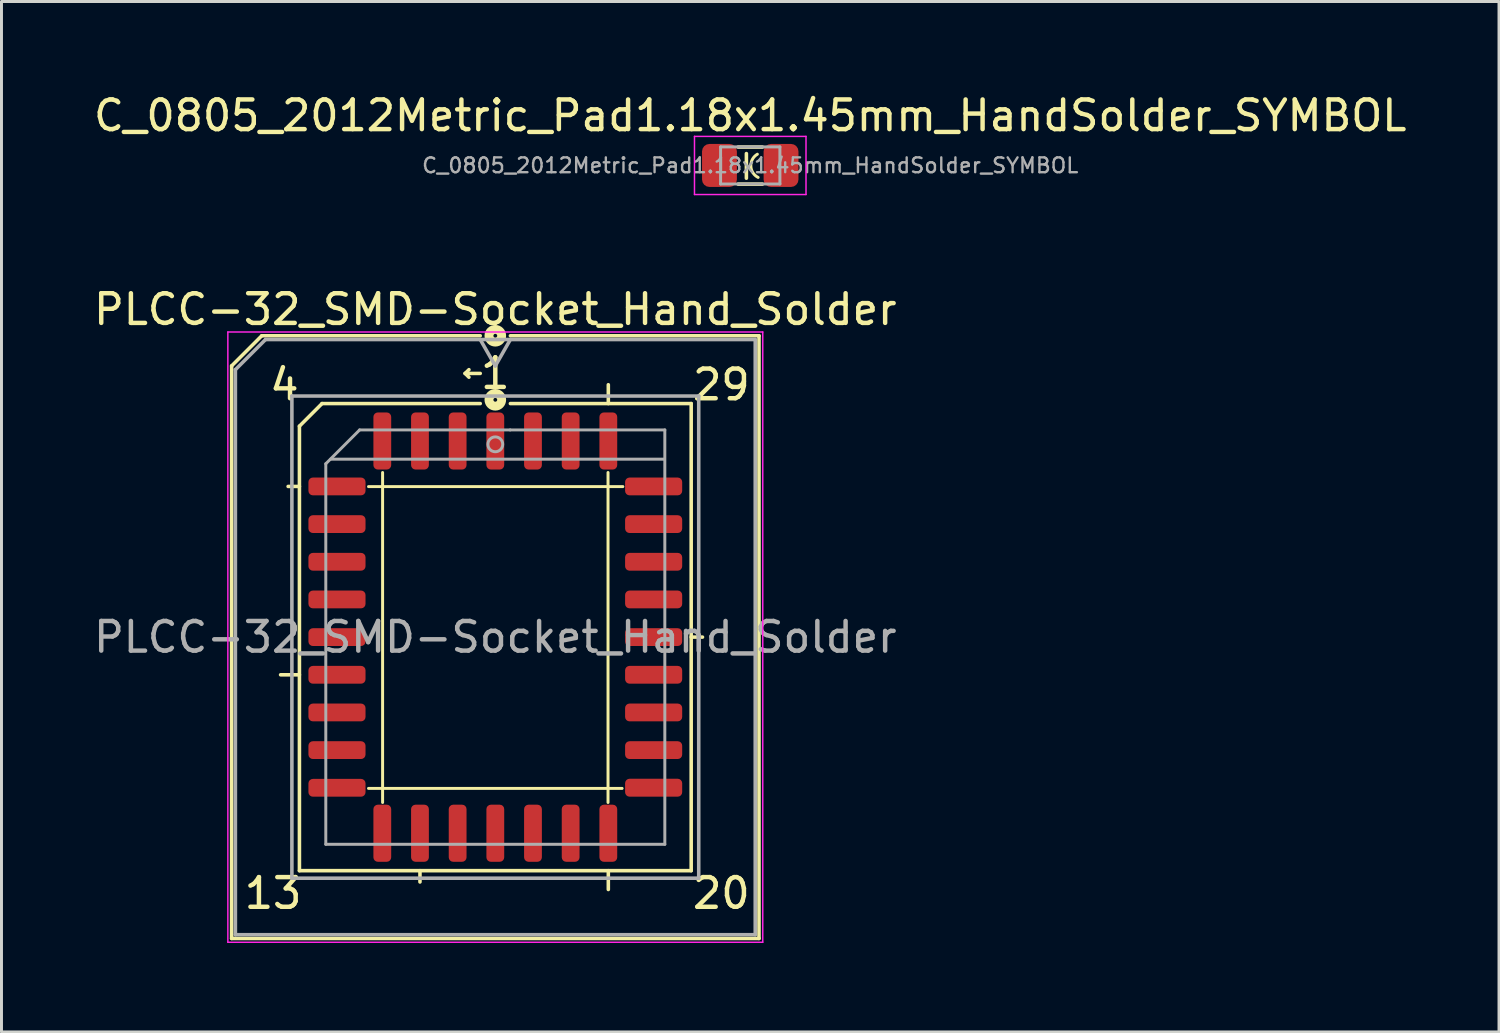
<source format=kicad_pcb>
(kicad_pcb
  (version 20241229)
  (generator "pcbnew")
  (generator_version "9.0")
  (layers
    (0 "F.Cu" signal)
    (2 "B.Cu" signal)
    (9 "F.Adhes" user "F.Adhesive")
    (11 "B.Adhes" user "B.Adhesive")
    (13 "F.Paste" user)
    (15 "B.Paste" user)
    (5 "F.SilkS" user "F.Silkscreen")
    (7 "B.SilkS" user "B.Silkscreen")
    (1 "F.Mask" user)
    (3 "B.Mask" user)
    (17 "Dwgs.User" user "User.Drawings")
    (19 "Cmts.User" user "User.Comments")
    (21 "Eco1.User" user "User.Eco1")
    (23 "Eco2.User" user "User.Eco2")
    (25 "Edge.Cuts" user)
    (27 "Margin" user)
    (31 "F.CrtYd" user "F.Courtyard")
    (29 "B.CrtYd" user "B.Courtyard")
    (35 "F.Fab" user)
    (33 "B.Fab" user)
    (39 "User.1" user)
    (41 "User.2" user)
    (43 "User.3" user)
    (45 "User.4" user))
  (footprint "PLCC-32_SMD-Socket_Hand_Solder"
    (layer "F.Cu")
    (at 13.649 18.43)
    (property "Reference" "PLCC-32_SMD-Socket_Hand_Solder" (at 0 -11.049 0) (layer "F.SilkS") (effects (font (size 1 1) (thickness 0.15))))
    (attr smd)
    (fp_line (start -8.89 -9.144) (end -8.89 10.16) (stroke (width 0.12) (type solid)) (layer "F.SilkS"))
    (fp_line (start -8.89 10.16) (end 8.89 10.16) (stroke (width 0.12) (type solid)) (layer "F.SilkS"))
    (fp_line (start -7.874 -10.16) (end -8.89 -9.144) (stroke (width 0.12) (type solid)) (layer "F.SilkS"))
    (fp_line (start -6.604 -7.112) (end -6.604 7.874) (stroke (width 0.12) (type solid)) (layer "F.SilkS"))
    (fp_line (start -6.604 -5.08) (end -6.985 -5.08) (stroke (width 0.12) (type solid)) (layer "F.SilkS"))
    (fp_line (start -6.604 1.27) (end -7.239 1.27) (stroke (width 0.12) (type solid)) (layer "F.SilkS"))
    (fp_line (start -6.604 7.874) (end 6.604 7.874) (stroke (width 0.12) (type solid)) (layer "F.SilkS"))
    (fp_line (start -5.842 -7.874) (end -6.604 -7.112) (stroke (width 0.12) (type solid)) (layer "F.SilkS"))
    (fp_line (start -4.275 -5.075) (end 4.3 -5.075) (stroke (width 0.1) (type default)) (layer "F.SilkS"))
    (fp_line (start -3.8 5.575) (end -3.8 -5.55) (stroke (width 0.1) (type default)) (layer "F.SilkS"))
    (fp_line (start -2.54 7.874) (end -2.54 8.255) (stroke (width 0.12) (type solid)) (layer "F.SilkS"))
    (fp_line (start -1.016 -8.89) (end -0.889 -9.017) (stroke (width 0.12) (type solid)) (layer "F.SilkS"))
    (fp_line (start -1.016 -8.89) (end -0.889 -8.763) (stroke (width 0.12) (type solid)) (layer "F.SilkS"))
    (fp_line (start -0.508 -10.16) (end -7.874 -10.16) (stroke (width 0.12) (type solid)) (layer "F.SilkS"))
    (fp_line (start -0.508 -8.89) (end -1.016 -8.89) (stroke (width 0.12) (type solid)) (layer "F.SilkS"))
    (fp_line (start -0.508 -7.874) (end -5.842 -7.874) (stroke (width 0.12) (type solid)) (layer "F.SilkS"))
    (fp_line (start 3.8 -5.55) (end 3.8 5.575) (stroke (width 0.1) (type default)) (layer "F.SilkS"))
    (fp_line (start 3.81 -7.874) (end 3.81 -8.509) (stroke (width 0.12) (type solid)) (layer "F.SilkS"))
    (fp_line (start 3.81 7.874) (end 3.81 8.509) (stroke (width 0.12) (type solid)) (layer "F.SilkS"))
    (fp_line (start 4.275 5.1) (end -4.275 5.1) (stroke (width 0.1) (type default)) (layer "F.SilkS"))
    (fp_line (start 6.604 -7.874) (end 0.508 -7.874) (stroke (width 0.12) (type solid)) (layer "F.SilkS"))
    (fp_line (start 6.604 0) (end 6.985 0) (stroke (width 0.12) (type solid)) (layer "F.SilkS"))
    (fp_line (start 6.604 7.874) (end 6.604 -7.874) (stroke (width 0.12) (type solid)) (layer "F.SilkS"))
    (fp_line (start 8.89 -10.16) (end 0.508 -10.16) (stroke (width 0.12) (type solid)) (layer "F.SilkS"))
    (fp_line (start 8.89 10.16) (end 8.89 -10.16) (stroke (width 0.12) (type solid)) (layer "F.SilkS"))
    (fp_circle (center 0 -10.16) (end 0.064 -10.16) (stroke (width 0.3) (type solid)) (fill no) (layer "F.SilkS"))
    (fp_circle (center 0 -8.001) (end 0.064 -8.001) (stroke (width 0.3) (type solid)) (fill no) (layer "F.SilkS"))
    (fp_line (start -9.017 -10.287) (end -9.017 10.287) (stroke (width 0.05) (type solid)) (layer "F.CrtYd"))
    (fp_line (start -9.017 10.287) (end 9.017 10.287) (stroke (width 0.05) (type solid)) (layer "F.CrtYd"))
    (fp_line (start 9.017 -10.287) (end -9.017 -10.287) (stroke (width 0.05) (type solid)) (layer "F.CrtYd"))
    (fp_line (start 9.017 10.287) (end 9.017 -10.287) (stroke (width 0.05) (type solid)) (layer "F.CrtYd"))
    (fp_line (start -8.763 -9.017) (end -7.747 -10.033) (stroke (width 0.12) (type solid)) (layer "F.Fab"))
    (fp_line (start -8.763 10.033) (end -8.763 -9.017) (stroke (width 0.12) (type solid)) (layer "F.Fab"))
    (fp_line (start -7.747 -10.033) (end 8.763 -10.033) (stroke (width 0.12) (type solid)) (layer "F.Fab"))
    (fp_line (start -6.858 -8.128) (end 6.858 -8.128) (stroke (width 0.12) (type solid)) (layer "F.Fab"))
    (fp_line (start -6.858 8.128) (end -6.858 -8.128) (stroke (width 0.12) (type solid)) (layer "F.Fab"))
    (fp_line (start -5.715 -5.845) (end -4.575 -6.985) (stroke (width 0.1) (type solid)) (layer "F.Fab"))
    (fp_line (start -5.715 6.985) (end -5.715 -5.845) (stroke (width 0.1) (type solid)) (layer "F.Fab"))
    (fp_line (start -4.575 -6.985) (end 0.5 -6.985) (stroke (width 0.1) (type solid)) (layer "F.Fab"))
    (fp_line (start -0.508 -10.033) (end 0 -9.144) (stroke (width 0.12) (type solid)) (layer "F.Fab"))
    (fp_line (start 0 -9.144) (end 0.508 -10.033) (stroke (width 0.12) (type solid)) (layer "F.Fab"))
    (fp_line (start 0.5 -6.985) (end 5.715 -6.985) (stroke (width 0.1) (type solid)) (layer "F.Fab"))
    (fp_line (start 5.7 -6) (end -5.55 -6) (stroke (width 0.1) (type solid)) (layer "F.Fab"))
    (fp_line (start 5.715 -6.985) (end 5.715 6.985) (stroke (width 0.1) (type solid)) (layer "F.Fab"))
    (fp_line (start 5.715 6.985) (end -5.715 6.985) (stroke (width 0.1) (type solid)) (layer "F.Fab"))
    (fp_line (start 6.858 -8.128) (end 6.858 8.128) (stroke (width 0.12) (type solid)) (layer "F.Fab"))
    (fp_line (start 6.858 8.128) (end -6.858 8.128) (stroke (width 0.12) (type solid)) (layer "F.Fab"))
    (fp_line (start 8.763 -10.033) (end 8.763 10.033) (stroke (width 0.12) (type solid)) (layer "F.Fab"))
    (fp_line (start 8.763 10.033) (end -8.763 10.033) (stroke (width 0.12) (type solid)) (layer "F.Fab"))
    (fp_circle (center 0 -6.5) (end 0.25 -6.5) (stroke (width 0.1) (type solid)) (fill no) (layer "F.Fab"))
    (fp_text user "20" (at 7.62 8.636 0) (unlocked yes) (layer "F.SilkS") (effects (font (size 1 1) (thickness 0.15))))
    (fp_text user "13" (at -7.493 8.636 0) (unlocked yes) (layer "F.SilkS") (effects (font (size 1 1) (thickness 0.15))))
    (fp_text user "1" (at 0 -8.89 0) (unlocked yes) (layer "F.SilkS") (effects (font (size 1 1) (thickness 0.15))))
    (fp_text user "4" (at -7.112 -8.509 0) (unlocked yes) (layer "F.SilkS") (effects (font (size 1 1) (thickness 0.15))))
    (fp_text user "29" (at 7.62 -8.509 0) (unlocked yes) (layer "F.SilkS") (effects (font (size 1 1) (thickness 0.15))))
    (fp_text user "${REFERENCE}" (at 0 0 0) (layer "F.Fab") (effects (font (size 1 1) (thickness 0.15))))
    (pad "1" smd roundrect (at 0 -6.612) (size 0.6 1.925) (layers "F.Cu" "F.Mask" "F.Paste") (roundrect_rratio 0.25))
    (pad "2" smd roundrect (at -1.27 -6.612) (size 0.6 1.925) (layers "F.Cu" "F.Mask" "F.Paste") (roundrect_rratio 0.25))
    (pad "3" smd roundrect (at -2.54 -6.612) (size 0.6 1.925) (layers "F.Cu" "F.Mask" "F.Paste") (roundrect_rratio 0.25))
    (pad "4" smd roundrect (at -3.81 -6.612) (size 0.6 1.925) (layers "F.Cu" "F.Mask" "F.Paste") (roundrect_rratio 0.25))
    (pad "5" smd roundrect (at -5.338 -5.08) (size 1.925 0.6) (layers "F.Cu" "F.Mask" "F.Paste") (roundrect_rratio 0.25))
    (pad "6" smd roundrect (at -5.338 -3.81) (size 1.925 0.6) (layers "F.Cu" "F.Mask" "F.Paste") (roundrect_rratio 0.25))
    (pad "7" smd roundrect (at -5.338 -2.54) (size 1.925 0.6) (layers "F.Cu" "F.Mask" "F.Paste") (roundrect_rratio 0.25))
    (pad "8" smd roundrect (at -5.338 -1.27) (size 1.925 0.6) (layers "F.Cu" "F.Mask" "F.Paste") (roundrect_rratio 0.25))
    (pad "9" smd roundrect (at -5.338 0) (size 1.925 0.6) (layers "F.Cu" "F.Mask" "F.Paste") (roundrect_rratio 0.25))
    (pad "10" smd roundrect (at -5.338 1.27) (size 1.925 0.6) (layers "F.Cu" "F.Mask" "F.Paste") (roundrect_rratio 0.25))
    (pad "11" smd roundrect (at -5.338 2.54) (size 1.925 0.6) (layers "F.Cu" "F.Mask" "F.Paste") (roundrect_rratio 0.25))
    (pad "12" smd roundrect (at -5.338 3.81) (size 1.925 0.6) (layers "F.Cu" "F.Mask" "F.Paste") (roundrect_rratio 0.25))
    (pad "13" smd roundrect (at -5.338 5.08) (size 1.925 0.6) (layers "F.Cu" "F.Mask" "F.Paste") (roundrect_rratio 0.25))
    (pad "14" smd roundrect (at -3.81 6.612) (size 0.6 1.925) (layers "F.Cu" "F.Mask" "F.Paste") (roundrect_rratio 0.25))
    (pad "15" smd roundrect (at -2.54 6.612) (size 0.6 1.925) (layers "F.Cu" "F.Mask" "F.Paste") (roundrect_rratio 0.25))
    (pad "16" smd roundrect (at -1.27 6.612) (size 0.6 1.925) (layers "F.Cu" "F.Mask" "F.Paste") (roundrect_rratio 0.25))
    (pad "17" smd roundrect (at 0 6.612) (size 0.6 1.925) (layers "F.Cu" "F.Mask" "F.Paste") (roundrect_rratio 0.25))
    (pad "18" smd roundrect (at 1.27 6.612) (size 0.6 1.925) (layers "F.Cu" "F.Mask" "F.Paste") (roundrect_rratio 0.25))
    (pad "19" smd roundrect (at 2.54 6.612) (size 0.6 1.925) (layers "F.Cu" "F.Mask" "F.Paste") (roundrect_rratio 0.25))
    (pad "20" smd roundrect (at 3.81 6.612) (size 0.6 1.925) (layers "F.Cu" "F.Mask" "F.Paste") (roundrect_rratio 0.25))
    (pad "21" smd roundrect (at 5.338 5.077) (size 1.925 0.605) (layers "F.Cu" "F.Mask" "F.Paste") (roundrect_rratio 0.25))
    (pad "22" smd roundrect (at 5.338 3.81) (size 1.925 0.6) (layers "F.Cu" "F.Mask" "F.Paste") (roundrect_rratio 0.25))
    (pad "23" smd roundrect (at 5.338 2.54) (size 1.925 0.6) (layers "F.Cu" "F.Mask" "F.Paste") (roundrect_rratio 0.25))
    (pad "24" smd roundrect (at 5.338 1.27) (size 1.925 0.6) (layers "F.Cu" "F.Mask" "F.Paste") (roundrect_rratio 0.25))
    (pad "25" smd roundrect (at 5.338 0) (size 1.925 0.6) (layers "F.Cu" "F.Mask" "F.Paste") (roundrect_rratio 0.25))
    (pad "26" smd roundrect (at 5.338 -1.27) (size 1.925 0.6) (layers "F.Cu" "F.Mask" "F.Paste") (roundrect_rratio 0.25))
    (pad "27" smd roundrect (at 5.338 -2.54) (size 1.925 0.6) (layers "F.Cu" "F.Mask" "F.Paste") (roundrect_rratio 0.25))
    (pad "28" smd roundrect (at 5.338 -3.81) (size 1.925 0.6) (layers "F.Cu" "F.Mask" "F.Paste") (roundrect_rratio 0.25))
    (pad "29" smd roundrect (at 5.338 -5.08) (size 1.925 0.6) (layers "F.Cu" "F.Mask" "F.Paste") (roundrect_rratio 0.25))
    (pad "30" smd roundrect (at 3.81 -6.612) (size 0.6 1.925) (layers "F.Cu" "F.Mask" "F.Paste") (roundrect_rratio 0.25))
    (pad "31" smd roundrect (at 2.54 -6.612) (size 0.6 1.925) (layers "F.Cu" "F.Mask" "F.Paste") (roundrect_rratio 0.25))
    (pad "32" smd roundrect (at 1.27 -6.612) (size 0.6 1.925) (layers "F.Cu" "F.Mask" "F.Paste") (roundrect_rratio 0.25)))
  (footprint "C_0805_2012Metric_Pad1.18x1.45mm_HandSolder_SYMBOL"
    (layer "F.Cu")
    (at 22.244 2.528)
    (property "Reference" "C_0805_2012Metric_Pad1.18x1.45mm_HandSolder_SYMBOL" (at 0 -1.68 180) (layer "F.SilkS") (effects (font (size 1 1) (thickness 0.15))))
    (attr smd)
    (fp_line (start -0.13 0.43) (end -0.13 -0.4) (stroke (width 0.12) (type solid)) (layer "F.SilkS"))
    (fp_line (start 0.41 -0.62) (end -0.41 -0.62) (stroke (width 0.12) (type solid)) (layer "F.SilkS"))
    (fp_line (start 0.41 0.63) (end -0.41 0.63) (stroke (width 0.12) (type solid)) (layer "F.SilkS"))
    (fp_arc (start 0.2658 0.403432) (mid 0.02 0.02) (end 0.24 -0.378796) (stroke (width 0.1) (type default)) (layer "F.SilkS"))
    (fp_line (start -1.88 -0.98) (end 1.88 -0.98) (stroke (width 0.05) (type solid)) (layer "F.CrtYd"))
    (fp_line (start -1.88 0.98) (end -1.88 -0.98) (stroke (width 0.05) (type solid)) (layer "F.CrtYd"))
    (fp_line (start 1.88 -0.98) (end 1.88 0.98) (stroke (width 0.05) (type solid)) (layer "F.CrtYd"))
    (fp_line (start 1.88 0.98) (end -1.88 0.98) (stroke (width 0.05) (type solid)) (layer "F.CrtYd"))
    (fp_line (start -1 -0.625) (end 1 -0.625) (stroke (width 0.1) (type solid)) (layer "F.Fab"))
    (fp_line (start -1 0.625) (end -1 -0.625) (stroke (width 0.1) (type solid)) (layer "F.Fab"))
    (fp_line (start 1 -0.625) (end 1 0.625) (stroke (width 0.1) (type solid)) (layer "F.Fab"))
    (fp_line (start 1 0.625) (end -1 0.625) (stroke (width 0.1) (type solid)) (layer "F.Fab"))
    (fp_text user "${REFERENCE}" (at 0 0 180) (layer "F.Fab") (effects (font (size 0.5 0.5) (thickness 0.08))))
    (pad "1" smd roundrect (at -1.038 0) (size 1.175 1.45) (layers "F.Cu" "F.Mask" "F.Paste") (roundrect_rratio 0.213))
    (pad "2" smd roundrect (at 1.038 0) (size 1.175 1.45) (layers "F.Cu" "F.Mask" "F.Paste") (roundrect_rratio 0.213)))
  (gr_rect
    (start -3 -3)
    (end 47.488 31.742)
    (stroke (width 0.1) (type default))
    (fill no)
    (layer "Edge.Cuts")))
</source>
